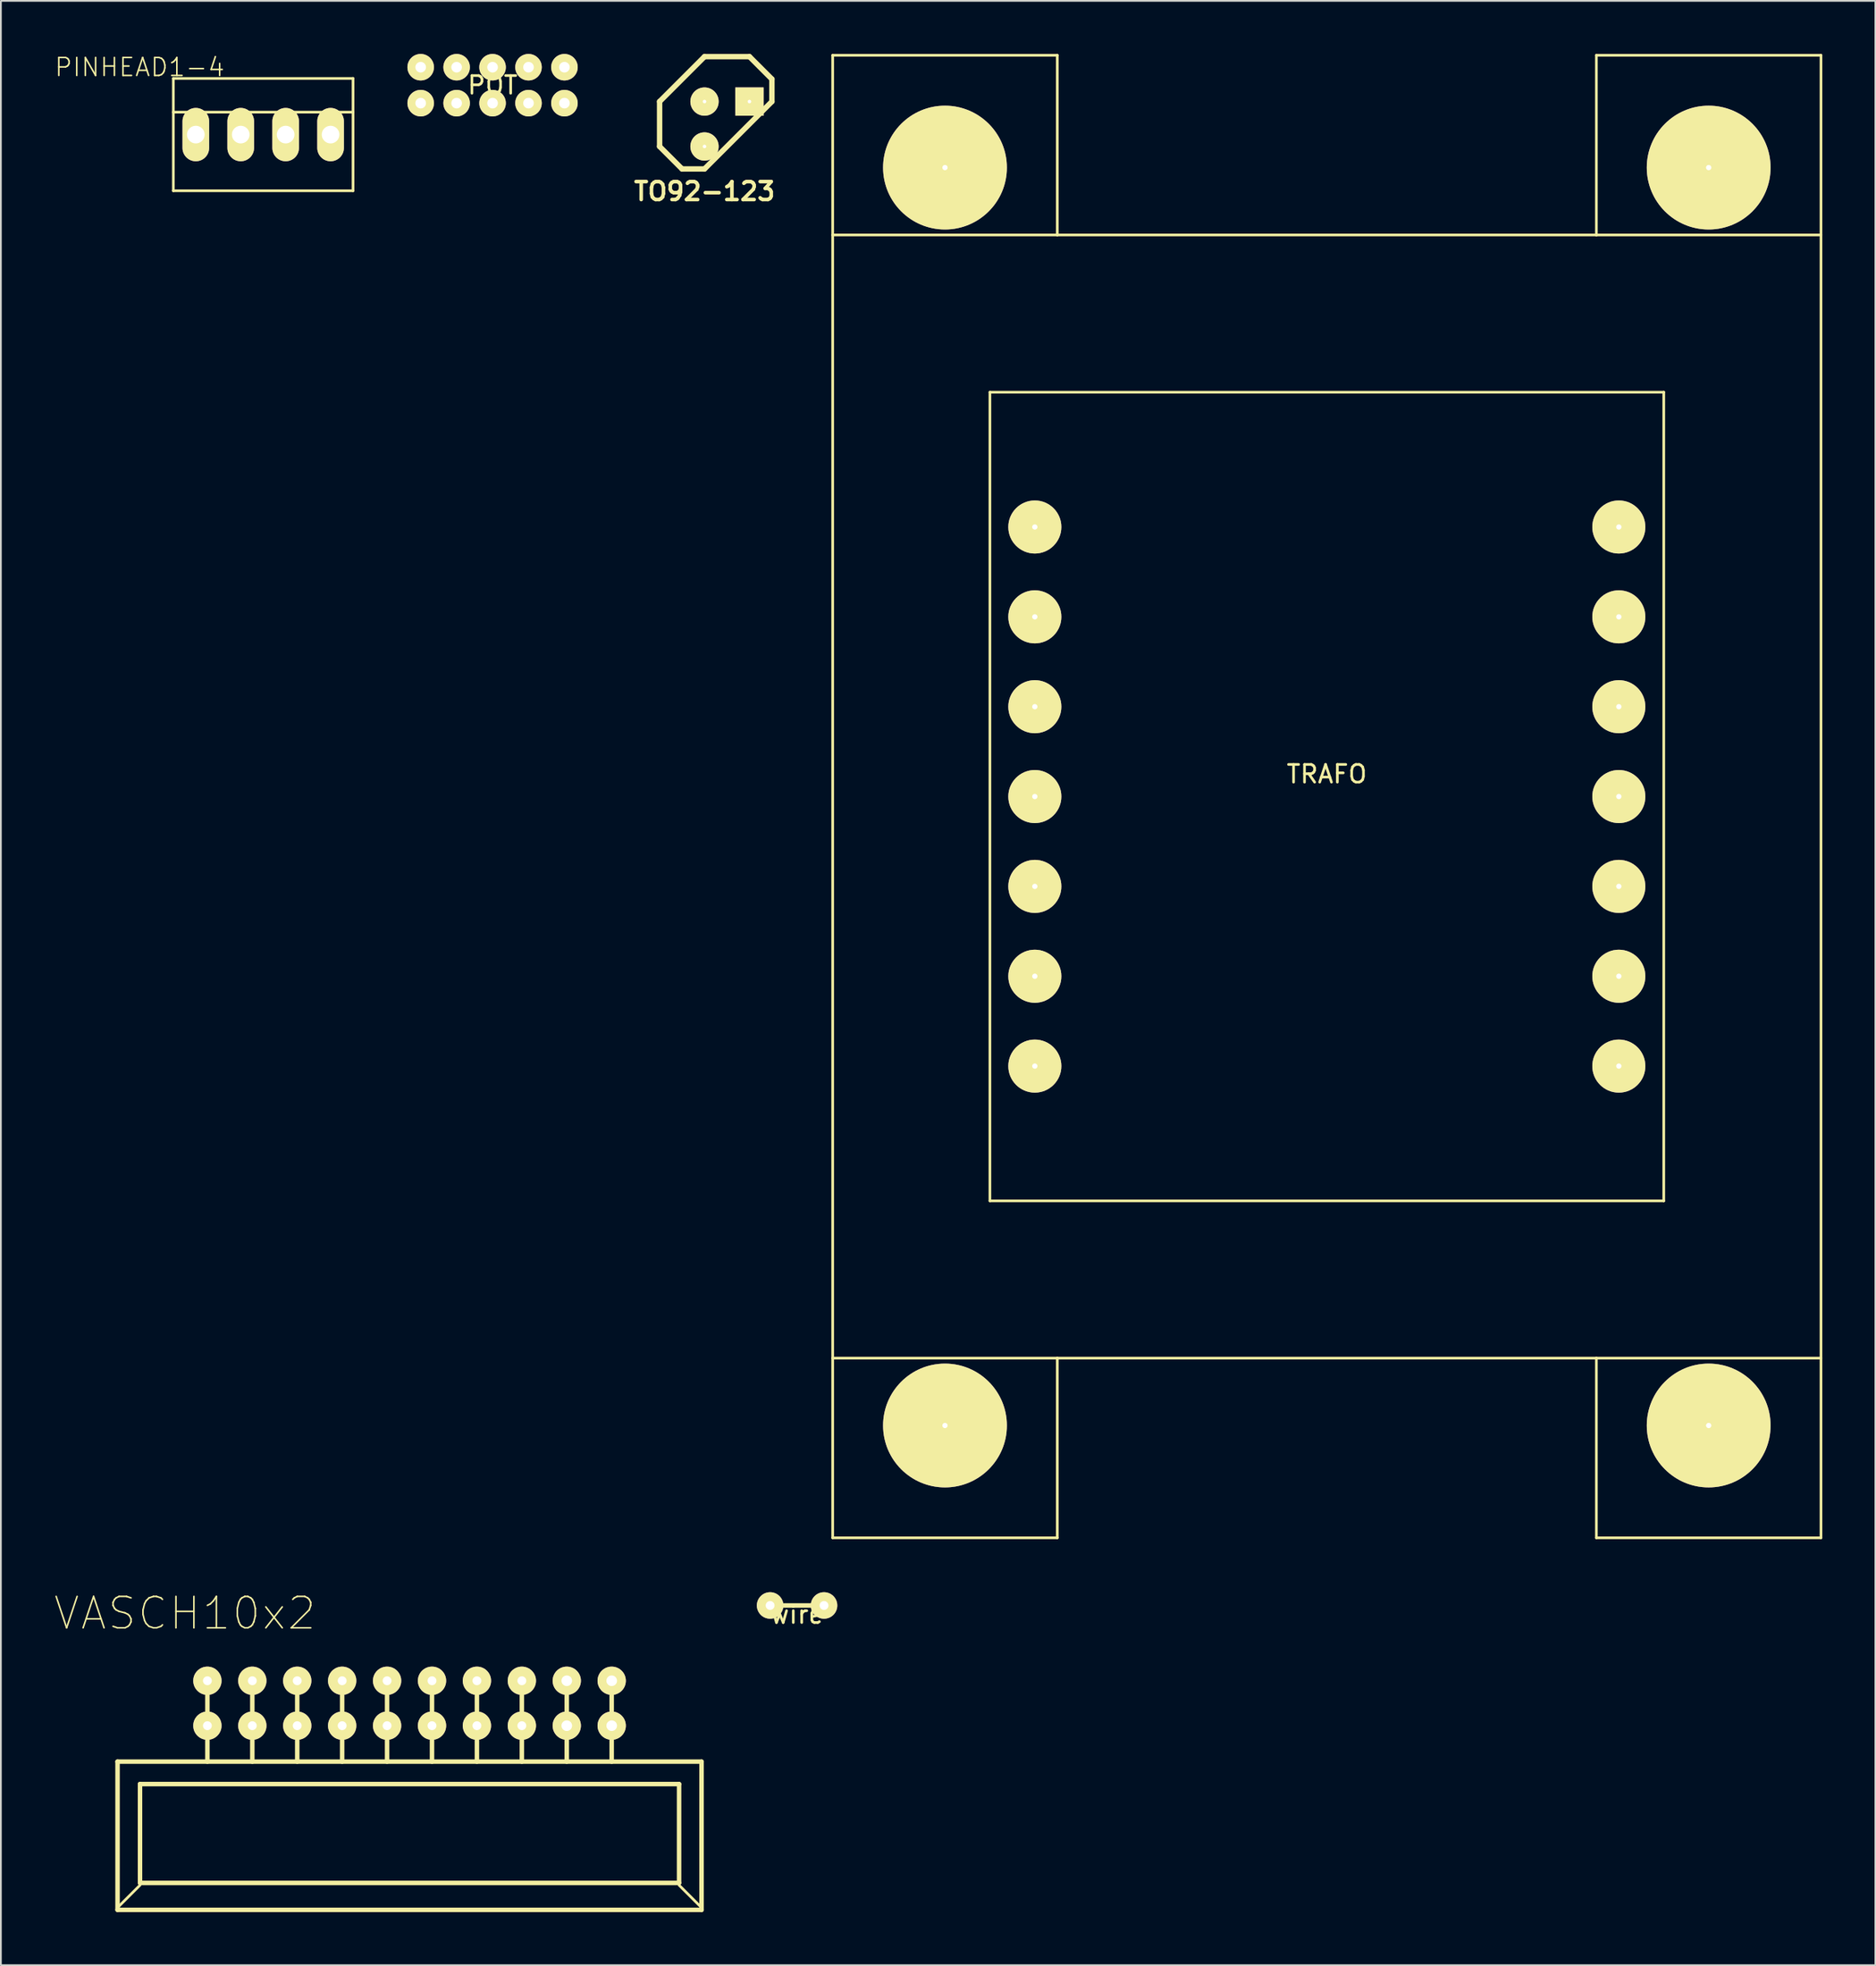
<source format=kicad_pcb>
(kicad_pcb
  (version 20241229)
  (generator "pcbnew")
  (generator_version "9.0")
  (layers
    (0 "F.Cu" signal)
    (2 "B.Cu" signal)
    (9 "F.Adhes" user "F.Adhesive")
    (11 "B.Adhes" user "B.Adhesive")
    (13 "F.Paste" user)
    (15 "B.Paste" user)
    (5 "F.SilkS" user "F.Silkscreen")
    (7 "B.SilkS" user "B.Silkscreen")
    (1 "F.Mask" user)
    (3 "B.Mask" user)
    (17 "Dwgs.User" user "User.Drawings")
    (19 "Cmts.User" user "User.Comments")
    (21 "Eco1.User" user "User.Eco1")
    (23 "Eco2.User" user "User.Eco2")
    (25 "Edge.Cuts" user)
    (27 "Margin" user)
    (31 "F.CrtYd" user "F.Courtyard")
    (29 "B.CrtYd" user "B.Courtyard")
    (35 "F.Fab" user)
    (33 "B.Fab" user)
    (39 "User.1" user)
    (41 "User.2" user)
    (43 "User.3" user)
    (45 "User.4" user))
  (footprint "wire"
    (layer "F.Cu")
    (at 42.017 87.72)
    (property "Reference" "wire" (at 0 0.508 0) (layer "F.SilkS") (effects (font (size 1 1) (thickness 0.15))))
    (attr through_hole)
    (fp_line (start -1.524 0) (end 1.524 0) (stroke (width 0.254) (type solid)) (layer "F.SilkS"))
    (pad "1" thru_hole circle (at -1.524 0) (size 1.5 1.5) (drill 0.5) (layers "*.Cu" "*.Mask" "F.SilkS"))
    (pad "1" thru_hole circle (at 1.524 0) (size 1.5 1.5) (drill 0.5) (layers "*.Cu" "*.Mask" "F.SilkS")))
  (footprint "TO92-123"
    (layer "F.Cu")
    (at 38.054 3.962)
    (property "Reference" "TO92-123" (at -1.27 3.81 0) (layer "F.SilkS") (effects (font (size 1.016 1.016) (thickness 0.203))))
    (attr through_hole)
    (fp_line (start -3.81 -1.27) (end -3.81 1.27) (stroke (width 0.305) (type solid)) (layer "F.SilkS"))
    (fp_line (start -3.81 1.27) (end -2.54 2.54) (stroke (width 0.305) (type solid)) (layer "F.SilkS"))
    (fp_line (start -2.54 2.54) (end -1.27 2.54) (stroke (width 0.305) (type solid)) (layer "F.SilkS"))
    (fp_line (start -1.27 -3.81) (end -3.81 -1.27) (stroke (width 0.305) (type solid)) (layer "F.SilkS"))
    (fp_line (start -1.27 2.54) (end 2.54 -1.27) (stroke (width 0.305) (type solid)) (layer "F.SilkS"))
    (fp_line (start 1.27 -3.81) (end -1.27 -3.81) (stroke (width 0.305) (type solid)) (layer "F.SilkS"))
    (fp_line (start 2.54 -2.54) (end 1.27 -3.81) (stroke (width 0.305) (type solid)) (layer "F.SilkS"))
    (fp_line (start 2.54 -1.27) (end 2.54 -2.54) (stroke (width 0.305) (type solid)) (layer "F.SilkS"))
    (pad "1" thru_hole circle (at -1.27 1.27) (size 1.6 1.6) (drill 0.2) (layers "*.Cu" "*.Mask" "F.SilkS"))
    (pad "2" thru_hole circle (at -1.27 -1.27) (size 1.6 1.6) (drill 0.2) (layers "*.Cu" "*.Mask" "F.SilkS"))
    (pad "3" thru_hole rect (at 1.27 -1.27) (size 1.6 1.6) (drill 0.2) (layers "*.Cu" "*.Mask" "F.SilkS")))
  (footprint "PINHEAD1-4"
    (layer "F.Cu")
    (at 11.831 4.56)
    (property "Reference" "PINHEAD1-4" (at -6.985 -3.81 0) (layer "F.SilkS") (effects (font (size 1.016 1.016) (thickness 0.089))))
    (attr exclude_from_pos_files exclude_from_bom)
    (fp_line (start -5.08 -1.27) (end 5.08 -1.27) (stroke (width 0.15) (type solid)) (layer "F.SilkS"))
    (fp_line (start -5.08 3.175) (end -5.08 -3.175) (stroke (width 0.15) (type solid)) (layer "F.SilkS"))
    (fp_line (start 5.08 -3.175) (end -5.08 -3.175) (stroke (width 0.15) (type solid)) (layer "F.SilkS"))
    (fp_line (start 5.08 3.175) (end -5.08 3.175) (stroke (width 0.15) (type solid)) (layer "F.SilkS"))
    (fp_line (start 5.08 3.175) (end 5.08 -3.175) (stroke (width 0.15) (type solid)) (layer "F.SilkS"))
    (pad "1" thru_hole oval (at -3.81 0) (size 1.506 3.015) (drill 0.998) (layers "*.Cu" "F.Mask" "F.SilkS" "F.Paste"))
    (pad "2" thru_hole oval (at -1.27 0) (size 1.506 3.015) (drill 0.998) (layers "*.Cu" "F.Mask" "F.SilkS" "F.Paste"))
    (pad "3" thru_hole oval (at 1.27 0) (size 1.506 3.015) (drill 0.998) (layers "*.Cu" "F.Mask" "F.SilkS" "F.Paste"))
    (pad "4" thru_hole oval (at 3.81 0) (size 1.506 3.015) (drill 0.998) (layers "*.Cu" "F.Mask" "F.SilkS" "F.Paste")))
  (footprint "TRAFO"
    (layer "F.Cu")
    (at 71.97 41.985)
    (property "Reference" "TRAFO" (at 0 -1.27 0) (layer "F.SilkS") (effects (font (size 1 1) (thickness 0.15))))
    (attr through_hole)
    (fp_line (start -27.94 -41.91) (end -15.24 -41.91) (stroke (width 0.15) (type solid)) (layer "F.SilkS"))
    (fp_line (start -27.94 -31.75) (end -15.24 -31.75) (stroke (width 0.15) (type solid)) (layer "F.SilkS"))
    (fp_line (start -27.94 31.75) (end -15.24 31.75) (stroke (width 0.15) (type solid)) (layer "F.SilkS"))
    (fp_line (start -27.94 41.91) (end -27.94 -41.91) (stroke (width 0.15) (type solid)) (layer "F.SilkS"))
    (fp_line (start -19.05 -22.86) (end 19.05 -22.86) (stroke (width 0.15) (type solid)) (layer "F.SilkS"))
    (fp_line (start -19.05 22.86) (end -19.05 -22.86) (stroke (width 0.15) (type solid)) (layer "F.SilkS"))
    (fp_line (start -15.24 -41.91) (end -15.24 -31.75) (stroke (width 0.15) (type solid)) (layer "F.SilkS"))
    (fp_line (start -15.24 -31.75) (end 15.24 -31.75) (stroke (width 0.15) (type solid)) (layer "F.SilkS"))
    (fp_line (start -15.24 31.75) (end -15.24 41.91) (stroke (width 0.15) (type solid)) (layer "F.SilkS"))
    (fp_line (start -15.24 41.91) (end -27.94 41.91) (stroke (width 0.15) (type solid)) (layer "F.SilkS"))
    (fp_line (start 15.24 -41.91) (end 27.94 -41.91) (stroke (width 0.15) (type solid)) (layer "F.SilkS"))
    (fp_line (start 15.24 -31.75) (end 15.24 -41.91) (stroke (width 0.15) (type solid)) (layer "F.SilkS"))
    (fp_line (start 15.24 -31.75) (end 27.94 -31.75) (stroke (width 0.15) (type solid)) (layer "F.SilkS"))
    (fp_line (start 15.24 31.75) (end -15.24 31.75) (stroke (width 0.15) (type solid)) (layer "F.SilkS"))
    (fp_line (start 15.24 31.75) (end 27.94 31.75) (stroke (width 0.15) (type solid)) (layer "F.SilkS"))
    (fp_line (start 15.24 41.91) (end 15.24 31.75) (stroke (width 0.15) (type solid)) (layer "F.SilkS"))
    (fp_line (start 19.05 -22.86) (end 19.05 22.86) (stroke (width 0.15) (type solid)) (layer "F.SilkS"))
    (fp_line (start 19.05 22.86) (end -19.05 22.86) (stroke (width 0.15) (type solid)) (layer "F.SilkS"))
    (fp_line (start 27.94 -41.91) (end 27.94 41.91) (stroke (width 0.15) (type solid)) (layer "F.SilkS"))
    (fp_line (start 27.94 41.91) (end 15.24 41.91) (stroke (width 0.15) (type solid)) (layer "F.SilkS"))
    (pad "" thru_hole circle (at -21.59 -35.56) (size 7 7) (drill 0.3) (layers "*.Cu" "*.Mask" "F.SilkS"))
    (pad "" thru_hole circle (at -21.59 35.56) (size 7 7) (drill 0.3) (layers "*.Cu" "*.Mask" "F.SilkS"))
    (pad "" thru_hole circle (at 21.59 -35.56) (size 7 7) (drill 0.3) (layers "*.Cu" "*.Mask" "F.SilkS"))
    (pad "" thru_hole circle (at 21.59 35.56) (size 7 7) (drill 0.3) (layers "*.Cu" "*.Mask" "F.SilkS"))
    (pad "1" thru_hole circle (at -16.51 -15.24) (size 3 3) (drill 0.3) (layers "*.Cu" "*.Mask" "F.SilkS"))
    (pad "2" thru_hole circle (at -16.51 -10.16) (size 3 3) (drill 0.3) (layers "*.Cu" "*.Mask" "F.SilkS"))
    (pad "3" thru_hole circle (at -16.51 -5.08) (size 3 3) (drill 0.3) (layers "*.Cu" "*.Mask" "F.SilkS"))
    (pad "4" thru_hole circle (at -16.51 0) (size 3 3) (drill 0.3) (layers "*.Cu" "*.Mask" "F.SilkS"))
    (pad "5" thru_hole circle (at -16.51 5.08) (size 3 3) (drill 0.3) (layers "*.Cu" "*.Mask" "F.SilkS"))
    (pad "6" thru_hole circle (at -16.51 10.16) (size 3 3) (drill 0.3) (layers "*.Cu" "*.Mask" "F.SilkS"))
    (pad "7" thru_hole circle (at -16.51 15.24) (size 3 3) (drill 0.3) (layers "*.Cu" "*.Mask" "F.SilkS"))
    (pad "8" thru_hole circle (at 16.51 15.24) (size 3 3) (drill 0.3) (layers "*.Cu" "*.Mask" "F.SilkS"))
    (pad "9" thru_hole circle (at 16.51 10.16) (size 3 3) (drill 0.3) (layers "*.Cu" "*.Mask" "F.SilkS"))
    (pad "10" thru_hole circle (at 16.51 5.08) (size 3 3) (drill 0.3) (layers "*.Cu" "*.Mask" "F.SilkS"))
    (pad "11" thru_hole circle (at 16.51 0) (size 3 3) (drill 0.3) (layers "*.Cu" "*.Mask" "F.SilkS"))
    (pad "12" thru_hole circle (at 16.51 -5.08) (size 3 3) (drill 0.3) (layers "*.Cu" "*.Mask" "F.SilkS"))
    (pad "13" thru_hole circle (at 16.51 -10.16) (size 3 3) (drill 0.3) (layers "*.Cu" "*.Mask" "F.SilkS"))
    (pad "14" thru_hole circle (at 16.51 -15.24) (size 3 3) (drill 0.3) (layers "*.Cu" "*.Mask" "F.SilkS")))
  (footprint "VASCH10x2"
    (layer "F.Cu")
    (at 20.106 93.246)
    (property "Reference" "VASCH10x2" (at -12.7 -5.08 0) (layer "F.SilkS") (effects (font (size 1.778 1.778) (thickness 0.089))))
    (attr exclude_from_pos_files exclude_from_bom)
    (fp_line (start -16.51 3.302) (end 16.51 3.302) (stroke (width 0.254) (type solid)) (layer "F.SilkS"))
    (fp_line (start -16.51 11.684) (end -16.51 3.302) (stroke (width 0.254) (type solid)) (layer "F.SilkS"))
    (fp_line (start -15.24 4.572) (end -15.24 10.16) (stroke (width 0.254) (type solid)) (layer "F.SilkS"))
    (fp_line (start -15.24 4.572) (end 15.24 4.572) (stroke (width 0.254) (type solid)) (layer "F.SilkS"))
    (fp_line (start -15.24 10.16) (end 15.24 10.16) (stroke (width 0.254) (type solid)) (layer "F.SilkS"))
    (fp_line (start -15.24 10.287) (end -16.51 11.557) (stroke (width 0.15) (type solid)) (layer "F.SilkS"))
    (fp_line (start -11.43 -1.27) (end -11.43 3.302) (stroke (width 0.254) (type solid)) (layer "F.SilkS"))
    (fp_line (start -8.89 -1.27) (end -8.89 3.302) (stroke (width 0.254) (type solid)) (layer "F.SilkS"))
    (fp_line (start -6.35 -1.27) (end -6.35 3.302) (stroke (width 0.254) (type solid)) (layer "F.SilkS"))
    (fp_line (start -3.81 -1.27) (end -3.81 3.302) (stroke (width 0.254) (type solid)) (layer "F.SilkS"))
    (fp_line (start -1.27 -1.27) (end -1.27 3.302) (stroke (width 0.254) (type solid)) (layer "F.SilkS"))
    (fp_line (start 1.27 -1.27) (end 1.27 3.302) (stroke (width 0.254) (type solid)) (layer "F.SilkS"))
    (fp_line (start 3.81 -1.27) (end 3.81 3.302) (stroke (width 0.254) (type solid)) (layer "F.SilkS"))
    (fp_line (start 6.35 -1.27) (end 6.35 3.302) (stroke (width 0.254) (type solid)) (layer "F.SilkS"))
    (fp_line (start 8.89 -1.27) (end 8.89 3.302) (stroke (width 0.254) (type solid)) (layer "F.SilkS"))
    (fp_line (start 11.43 -1.27) (end 11.43 3.302) (stroke (width 0.254) (type solid)) (layer "F.SilkS"))
    (fp_line (start 15.24 10.16) (end 15.24 4.572) (stroke (width 0.254) (type solid)) (layer "F.SilkS"))
    (fp_line (start 15.24 10.287) (end 16.51 11.557) (stroke (width 0.15) (type solid)) (layer "F.SilkS"))
    (fp_line (start 16.51 3.302) (end 16.51 11.684) (stroke (width 0.254) (type solid)) (layer "F.SilkS"))
    (fp_line (start 16.51 11.684) (end -16.51 11.684) (stroke (width 0.254) (type solid)) (layer "F.SilkS"))
    (pad "1" thru_hole circle (at -11.43 1.27) (size 1.6 1.6) (drill 0.5) (layers "*.Cu" "F.Mask" "F.SilkS" "F.Paste"))
    (pad "2" thru_hole circle (at -11.43 -1.27) (size 1.6 1.6) (drill 0.5) (layers "*.Cu" "F.Mask" "F.SilkS" "F.Paste"))
    (pad "3" thru_hole circle (at -8.89 1.27) (size 1.6 1.6) (drill 0.5) (layers "*.Cu" "F.Mask" "F.SilkS" "F.Paste"))
    (pad "4" thru_hole circle (at -8.89 -1.27) (size 1.6 1.6) (drill 0.5) (layers "*.Cu" "F.Mask" "F.SilkS" "F.Paste"))
    (pad "5" thru_hole circle (at -6.35 1.27) (size 1.6 1.6) (drill 0.5) (layers "*.Cu" "F.Mask" "F.SilkS" "F.Paste"))
    (pad "6" thru_hole circle (at -6.35 -1.27) (size 1.6 1.6) (drill 0.5) (layers "*.Cu" "F.Mask" "F.SilkS" "F.Paste"))
    (pad "7" thru_hole circle (at -3.81 1.27) (size 1.6 1.6) (drill 0.5) (layers "*.Cu" "F.Mask" "F.SilkS" "F.Paste"))
    (pad "8" thru_hole circle (at -3.81 -1.27) (size 1.6 1.6) (drill 0.5) (layers "*.Cu" "F.Mask" "F.SilkS" "F.Paste"))
    (pad "9" thru_hole circle (at -1.27 1.27) (size 1.6 1.6) (drill 0.5) (layers "*.Cu" "F.Mask" "F.SilkS" "F.Paste"))
    (pad "10" thru_hole circle (at -1.27 -1.27) (size 1.6 1.6) (drill 0.5) (layers "*.Cu" "F.Mask" "F.SilkS" "F.Paste"))
    (pad "11" thru_hole circle (at 1.27 1.27) (size 1.6 1.6) (drill 0.5) (layers "*.Cu" "F.Mask" "F.SilkS" "F.Paste"))
    (pad "12" thru_hole circle (at 1.27 -1.27) (size 1.6 1.6) (drill 0.5) (layers "*.Cu" "F.Mask" "F.SilkS" "F.Paste"))
    (pad "13" thru_hole circle (at 3.81 1.27) (size 1.6 1.6) (drill 0.5) (layers "*.Cu" "F.Mask" "F.SilkS" "F.Paste"))
    (pad "14" thru_hole circle (at 3.81 -1.27) (size 1.6 1.6) (drill 0.5) (layers "*.Cu" "F.Mask" "F.SilkS" "F.Paste"))
    (pad "15" thru_hole circle (at 6.35 1.27) (size 1.6 1.6) (drill 0.5) (layers "*.Cu" "F.Mask" "F.SilkS" "F.Paste"))
    (pad "16" thru_hole circle (at 6.35 -1.27) (size 1.6 1.6) (drill 0.5) (layers "*.Cu" "F.Mask" "F.SilkS" "F.Paste"))
    (pad "17" thru_hole circle (at 8.89 1.27) (size 1.6 1.6) (drill 0.6) (layers "*.Cu" "*.Mask" "F.SilkS"))
    (pad "18" thru_hole circle (at 8.89 -1.27) (size 1.6 1.6) (drill 0.6) (layers "*.Cu" "*.Mask" "F.SilkS"))
    (pad "19" thru_hole circle (at 11.43 1.27) (size 1.6 1.6) (drill 0.6) (layers "*.Cu" "*.Mask" "F.SilkS"))
    (pad "20" thru_hole circle (at 11.43 -1.27) (size 1.6 1.6) (drill 0.6) (layers "*.Cu" "*.Mask" "F.SilkS")))
  (footprint "POT"
    (layer "F.Cu")
    (at 24.8 2.782)
    (property "Reference" "POT" (at 0 -1.016 0) (layer "F.SilkS") (effects (font (size 1 1) (thickness 0.15))))
    (attr through_hole)
    (pad "" thru_hole circle (at -4.064 -2.032) (size 1.5 1.5) (drill 0.6) (layers "*.Cu" "*.Mask" "F.SilkS"))
    (pad "" thru_hole circle (at -4.064 0) (size 1.5 1.5) (drill 0.6) (layers "*.Cu" "*.Mask" "F.SilkS"))
    (pad "" thru_hole circle (at -2.032 -2.032) (size 1.5 1.5) (drill 0.6) (layers "*.Cu" "*.Mask" "F.SilkS"))
    (pad "" thru_hole circle (at 0 -2.032) (size 1.5 1.5) (drill 0.6) (layers "*.Cu" "*.Mask" "F.SilkS"))
    (pad "" thru_hole circle (at 2.032 -2.032) (size 1.5 1.5) (drill 0.6) (layers "*.Cu" "*.Mask" "F.SilkS"))
    (pad "" thru_hole circle (at 4.064 -2.032) (size 1.5 1.5) (drill 0.6) (layers "*.Cu" "*.Mask" "F.SilkS"))
    (pad "" thru_hole circle (at 4.064 0) (size 1.5 1.5) (drill 0.6) (layers "*.Cu" "*.Mask" "F.SilkS"))
    (pad "1" thru_hole circle (at -2.032 0) (size 1.5 1.5) (drill 0.6) (layers "*.Cu" "*.Mask" "F.SilkS"))
    (pad "2" thru_hole circle (at 0 0) (size 1.5 1.5) (drill 0.6) (layers "*.Cu" "*.Mask" "F.SilkS"))
    (pad "3" thru_hole circle (at 2.032 0) (size 1.5 1.5) (drill 0.6) (layers "*.Cu" "*.Mask" "F.SilkS")))
  (gr_rect
    (start -3 -3)
    (end 102.985 108.057)
    (stroke (width 0.1) (type default))
    (fill no)
    (layer "Edge.Cuts")))
</source>
